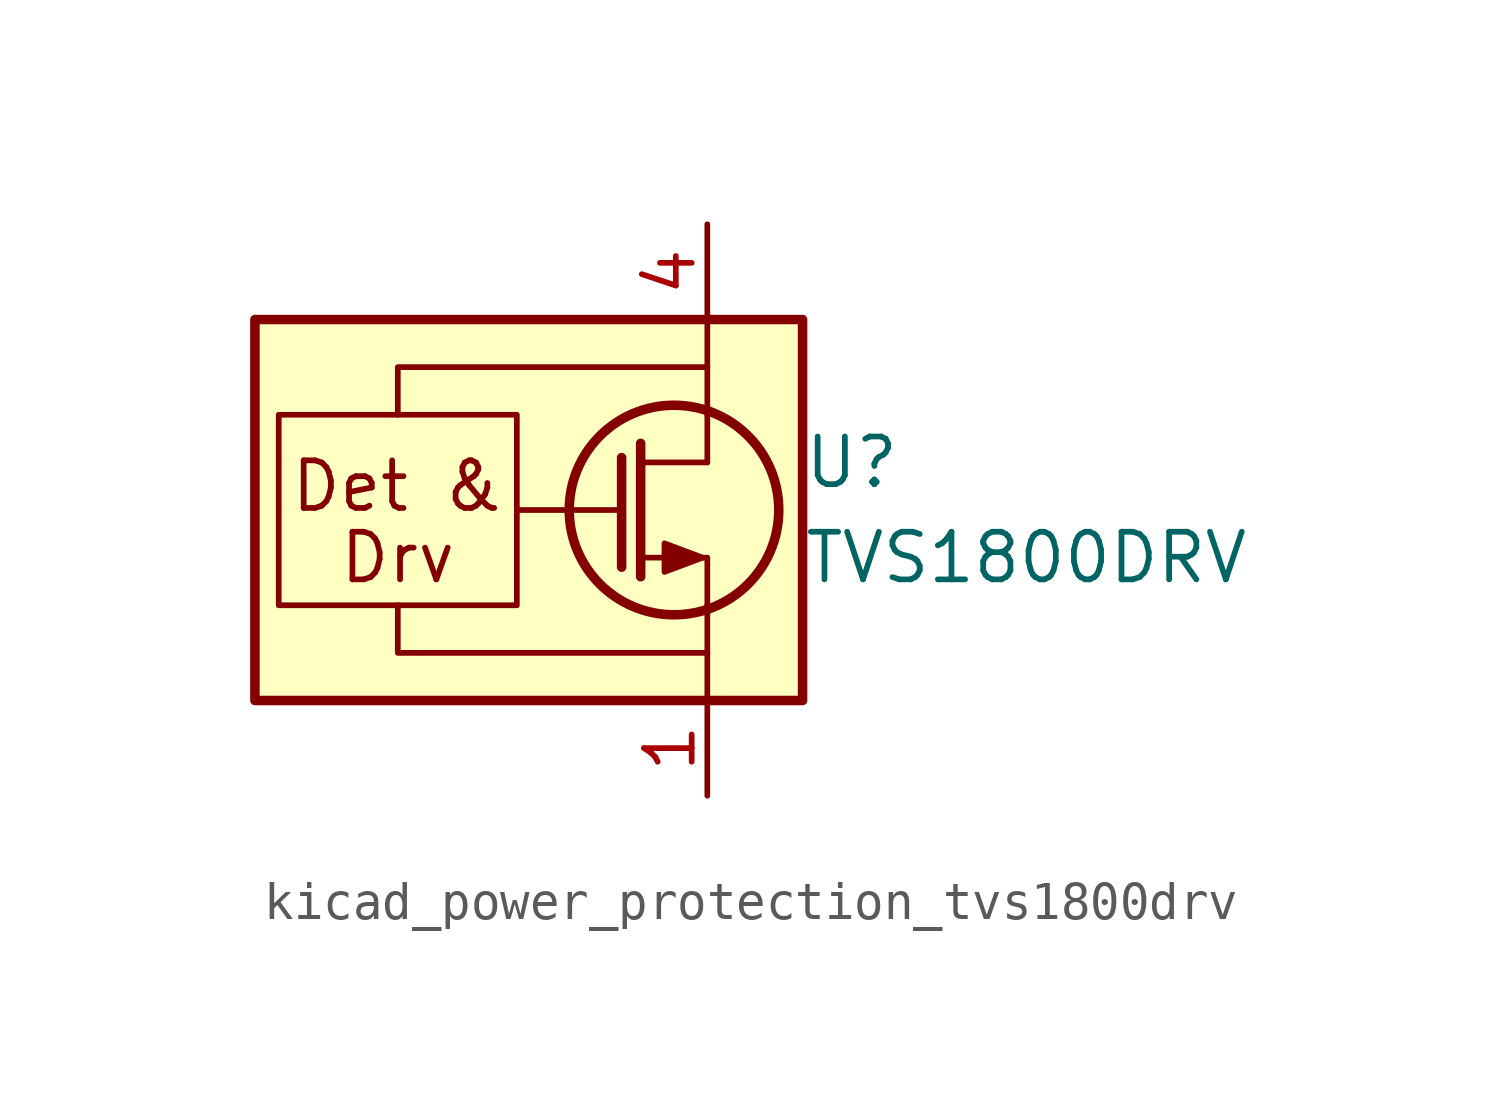
<source format=kicad_sym>
(kicad_symbol_lib
  (version 20220914)
  (generator kicad_symbol_editor)
  (symbol "kicad_power_protection_tvs1800drv"
    (pin_names
      (offset 0) hide)
    (property "Reference" "U"
      (at 2.54 1.27 0)
      (effects (font (size 1.27 1.27)) (justify left)))
    (property "Value" "TVS1800DRV"
      (at 2.54 -1.27 0)
      (effects (font (size 1.27 1.27)) (justify left)))
    (symbol "kicad_power_protection_tvs1800drv_0_0"
      (rectangle (start -11.43 2.54) (end -5.08 -2.54) (stroke (width 0) (type default)) (fill (type none)))
      (polyline (pts (xy 0 1.27) (xy -1.778 1.27)) (stroke (width 0) (type default)) (fill (type none)))
      (polyline (pts (xy -8.255 -2.54) (xy -8.255 -3.81) (xy 0 -3.81)) (stroke (width 0) (type default)) (fill (type none)))
      (polyline (pts (xy -8.255 2.54) (xy -8.255 3.81) (xy 0 3.81)) (stroke (width 0) (type default)) (fill (type none)))
      (text "Det &" (at -8.255 0.635 0) (effects (font (size 1.27 1.27))))
      (text "Drv" (at -8.255 -1.27 0) (effects (font (size 1.27 1.27)))))
    (symbol "kicad_power_protection_tvs1800drv_0_1"
      (rectangle (start -12.065 5.08) (end 2.54 -5.08) (stroke (width 0.254) (type default)) (fill (type background)))
      (circle (center -0.889 0) (radius 2.794) (stroke (width 0.254) (type default)) (fill (type none)))
      (polyline (pts (xy -2.286 0) (xy -5.08 0)) (stroke (width 0) (type default)) (fill (type none)))
      (polyline (pts (xy -2.286 1.397) (xy -2.286 -1.524)) (stroke (width 0.254) (type default)) (fill (type none)))
      (polyline (pts (xy -1.778 1.778) (xy -1.778 -1.778)) (stroke (width 0.254) (type default)) (fill (type none)))
      (polyline (pts (xy 0 -2.54) (xy 0 -5.08)) (stroke (width 0) (type default)) (fill (type none)))
      (polyline (pts (xy 0 2.54) (xy 0 1.27)) (stroke (width 0) (type default)) (fill (type none)))
      (polyline (pts (xy 0 5.08) (xy 0 2.54)) (stroke (width 0) (type default)) (fill (type none)))
      (polyline (pts (xy 0 -2.54) (xy 0 -1.27) (xy -1.778 -1.27)) (stroke (width 0) (type default)) (fill (type none)))
      (polyline (pts (xy -0.127 -1.27) (xy -1.143 -1.651) (xy -1.143 -0.889) (xy -0.127 -1.27)) (stroke (width 0) (type default)) (fill (type outline))))
    (symbol "kicad_power_protection_tvs1800drv_1_1"
      (pin power_in line (at 0 -7.62 90) (length 2.54) (name "GND" (effects (font (size 1.27 1.27)))) (number "1" (effects (font (size 1.27 1.27)))))
      (pin passive line (at 0 -7.62 90) (length 2.54) hide (name "GND" (effects (font (size 1.27 1.27)))) (number "2" (effects (font (size 1.27 1.27)))))
      (pin passive line (at 0 -7.62 90) (length 2.54) hide (name "GND" (effects (font (size 1.27 1.27)))) (number "3" (effects (font (size 1.27 1.27)))))
      (pin passive line (at 0 7.62 270) (length 2.54) (name "IN" (effects (font (size 1.27 1.27)))) (number "4" (effects (font (size 1.27 1.27)))))
      (pin passive line (at 0 7.62 270) (length 2.54) hide (name "IN" (effects (font (size 1.27 1.27)))) (number "5" (effects (font (size 1.27 1.27)))))
      (pin passive line (at 0 7.62 270) (length 2.54) hide (name "IN" (effects (font (size 1.27 1.27)))) (number "6" (effects (font (size 1.27 1.27)))))
      (pin passive line (at 0 -7.62 90) (length 2.54) hide (name "GND" (effects (font (size 1.27 1.27)))) (number "7" (effects (font (size 1.27 1.27))))))))
</source>
